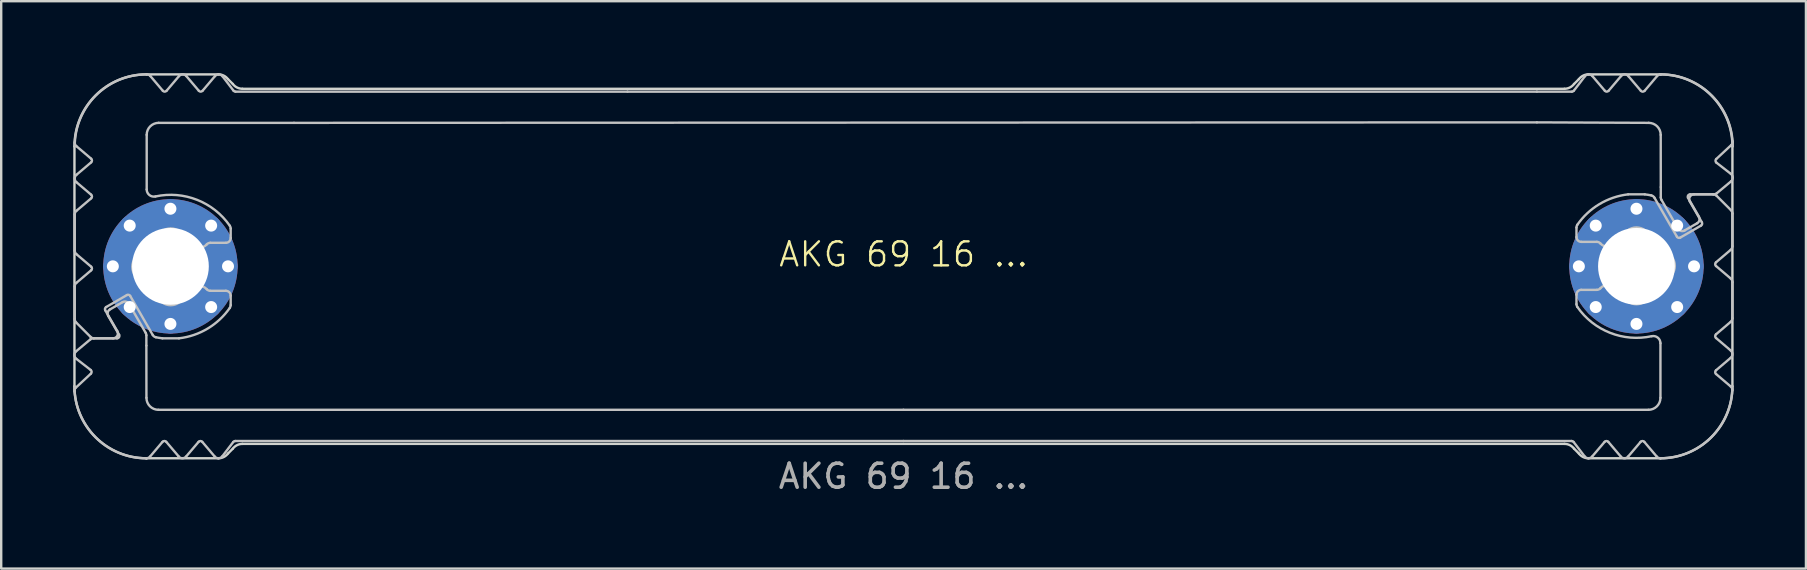
<source format=kicad_pcb>
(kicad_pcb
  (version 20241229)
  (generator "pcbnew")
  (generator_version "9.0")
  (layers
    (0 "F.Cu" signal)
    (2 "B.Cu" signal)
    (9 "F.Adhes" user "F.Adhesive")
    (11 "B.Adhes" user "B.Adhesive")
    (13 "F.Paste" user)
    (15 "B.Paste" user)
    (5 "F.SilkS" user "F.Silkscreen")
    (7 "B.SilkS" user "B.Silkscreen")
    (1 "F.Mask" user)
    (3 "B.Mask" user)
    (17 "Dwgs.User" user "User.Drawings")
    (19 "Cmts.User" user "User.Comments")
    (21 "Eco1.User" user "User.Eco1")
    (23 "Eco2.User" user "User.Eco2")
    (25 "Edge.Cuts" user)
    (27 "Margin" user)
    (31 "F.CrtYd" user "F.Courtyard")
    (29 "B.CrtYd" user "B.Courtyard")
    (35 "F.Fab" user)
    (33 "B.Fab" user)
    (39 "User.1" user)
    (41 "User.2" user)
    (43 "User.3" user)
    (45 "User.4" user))
  (footprint "AKG 69 16 ..."
    (layer "F.Cu")
    (at 34.603 8.05)
    (property "Reference" "AKG 69 16 ..." (at 0 -0.5 0) (unlocked yes) (layer "F.SilkS") (effects (font (size 1 1) (thickness 0.1))))
    (attr exclude_from_pos_files dnp)
    (fp_rect (start -27.096 -7.3) (end 26.604 -6) (stroke (width 0.1) (type solid)) (fill yes) (layer "B.Mask"))
    (fp_rect (start -26.596 6) (end 25.604 7.3) (stroke (width 0.1) (type solid)) (fill yes) (layer "B.Mask"))
    (fp_poly (pts (xy -27.896 -7.3) (xy -26.996 -7.3) (xy -26.996 -6) (xy -31.496 -6) (xy -31.496 -8) (xy -30.796 -7.2) (xy -30.046 -8) (xy -29.296 -7.2) (xy -28.546 -8)) (stroke (width 0.1) (type solid)) (fill yes) (layer "B.Mask"))
    (fp_poly (pts (xy -27.896 7.3) (xy -26.496 7.3) (xy -26.496 6) (xy -31.496 6) (xy -31.496 8) (xy -30.796 7.2) (xy -30.046 8) (xy -29.296 7.2) (xy -28.546 8)) (stroke (width 0.1) (type solid)) (fill yes) (layer "B.Mask"))
    (fp_poly (pts (xy 27.904 -7.3) (xy 26.504 -7.3) (xy 26.504 -6) (xy 31.504 -6) (xy 31.504 -8) (xy 30.804 -7.2) (xy 30.054 -8) (xy 29.304 -7.2) (xy 28.554 -8)) (stroke (width 0.1) (type solid)) (fill yes) (layer "B.Mask"))
    (fp_poly (pts (xy 27.904 7.3) (xy 25.504 7.3) (xy 25.504 6) (xy 31.504 6) (xy 31.504 8) (xy 30.804 7.2) (xy 30.054 8) (xy 29.304 7.2) (xy 28.554 8)) (stroke (width 0.1) (type solid)) (fill yes) (layer "B.Mask"))
    (fp_poly (pts (xy -31.596 -6.7) (xy -31.596 -4.7) (xy -31.596 0.1) (xy -33.696 0.1) (xy -34.496 -0.6) (xy -34.496 -2.2) (xy -33.596 -2.9) (xy -34.496 -3.7) (xy -33.696 -4.4) (xy -34.496 -5.1) (xy -34.496 -8) (xy -31.596 -8)) (stroke (width 0.1) (type solid)) (fill yes) (layer "B.Mask"))
    (fp_poly (pts (xy -31.596 6.7) (xy -31.596 4.7) (xy -31.596 0.1) (xy -33.696 0.1) (xy -34.496 0.8) (xy -34.496 2.2) (xy -33.696 3) (xy -34.496 3.7) (xy -33.696 4.4) (xy -34.496 5.1) (xy -34.496 8) (xy -31.596 8)) (stroke (width 0.1) (type solid)) (fill yes) (layer "B.Mask"))
    (fp_poly (pts (xy 31.604 -6.7) (xy 31.604 -4.7) (xy 31.604 -0.1) (xy 33.704 -0.1) (xy 34.504 -0.8) (xy 34.504 -2.2) (xy 33.704 -3) (xy 34.504 -3.7) (xy 33.704 -4.4) (xy 34.504 -5.1) (xy 34.504 -8) (xy 31.604 -8)) (stroke (width 0.1) (type solid)) (fill yes) (layer "B.Mask"))
    (fp_poly (pts (xy 31.604 6.7) (xy 31.604 4.7) (xy 31.604 -0.1) (xy 33.704 -0.1) (xy 34.504 0.6) (xy 34.504 2.2) (xy 33.604 2.9) (xy 34.504 3.7) (xy 33.704 4.4) (xy 34.504 5.1) (xy 34.504 8) (xy 31.604 8)) (stroke (width 0.1) (type solid)) (fill yes) (layer "B.Mask"))
    (fp_line (start -34.539 -0.66) (end -34.539 -2.16) (stroke (width 0.1) (type solid)) (layer "Dwgs.User"))
    (fp_line (start -34.539 2.197) (end -34.539 0.84) (stroke (width 0.1) (type solid)) (layer "Dwgs.User"))
    (fp_line (start -34.489 5.053) (end -33.865 4.473) (stroke (width 0.1) (type solid)) (layer "Dwgs.User"))
    (fp_line (start -34.483 3.543) (end -33.889 3.046) (stroke (width 0.1) (type solid)) (layer "Dwgs.User"))
    (fp_line (start -34.469 -3.812) (end -33.855 -4.334) (stroke (width 0.1) (type solid)) (layer "Dwgs.User"))
    (fp_line (start -34.469 -2.312) (end -33.855 -2.834) (stroke (width 0.1) (type solid)) (layer "Dwgs.User"))
    (fp_line (start -34.469 0.688) (end -33.855 0.166) (stroke (width 0.1) (type solid)) (layer "Dwgs.User"))
    (fp_line (start -33.878 2.941) (end -34.481 2.339) (stroke (width 0.1) (type solid)) (layer "Dwgs.User"))
    (fp_line (start -33.872 4.321) (end -34.475 3.853) (stroke (width 0.1) (type solid)) (layer "Dwgs.User"))
    (fp_line (start -33.855 -4.486) (end -34.469 -5.008) (stroke (width 0.1) (type solid)) (layer "Dwgs.User"))
    (fp_line (start -33.855 -2.986) (end -34.469 -3.508) (stroke (width 0.1) (type solid)) (layer "Dwgs.User"))
    (fp_line (start -33.855 0.014) (end -34.469 -0.508) (stroke (width 0.1) (type solid)) (layer "Dwgs.User"))
    (fp_line (start -33.76 3) (end -32.777 3) (stroke (width 0.1) (type solid)) (layer "Dwgs.User"))
    (fp_line (start -33.266 1.834) (end -32.766 2.7) (stroke (width 0.1) (type solid)) (layer "Dwgs.User"))
    (fp_line (start -33.068 1.795) (end -32.733 1.602) (stroke (width 0.1) (type solid)) (layer "Dwgs.User"))
    (fp_line (start -32.939 3) (end -33.736 3) (stroke (width 0.1) (type solid)) (layer "Dwgs.User"))
    (fp_line (start -32.733 1.602) (end -32.549 1.495) (stroke (width 0.1) (type solid)) (layer "Dwgs.User"))
    (fp_line (start -32.69 2.85) (end -33.142 2.068) (stroke (width 0.1) (type solid)) (layer "Dwgs.User"))
    (fp_line (start -32.363 1.197) (end -33.229 1.697) (stroke (width 0.1) (type solid)) (layer "Dwgs.User"))
    (fp_line (start -32.275 1.568) (end -31.58 2.773) (stroke (width 0.1) (type solid)) (layer "Dwgs.User"))
    (fp_line (start -31.553 2.873) (end -31.553 3.3) (stroke (width 0.1) (type solid)) (layer "Dwgs.User"))
    (fp_line (start -31.553 3.305) (end -31.55 5.48) (stroke (width 0.1) (type solid)) (layer "Dwgs.User"))
    (fp_line (start -31.552 8) (end -31.552 8) (stroke (width 0.1) (type solid)) (layer "Dwgs.User"))
    (fp_line (start -31.551 8) (end -31.552 8) (stroke (width 0.1) (type solid)) (layer "Dwgs.User"))
    (fp_line (start -31.539 -5.48) (end -31.539 -3.205) (stroke (width 0.1) (type solid)) (layer "Dwgs.User"))
    (fp_line (start -31.386 -7.929) (end -30.865 -7.315) (stroke (width 0.1) (type solid)) (layer "Dwgs.User"))
    (fp_line (start -31.288 2.86) (end -32.227 1.234) (stroke (width 0.1) (type solid)) (layer "Dwgs.User"))
    (fp_line (start -31.05 5.98) (end 0 5.98) (stroke (width 0.1) (type solid)) (layer "Dwgs.User"))
    (fp_line (start -30.879 7.315) (end -31.399 7.929) (stroke (width 0.1) (type solid)) (layer "Dwgs.User"))
    (fp_line (start -30.713 -7.315) (end -30.192 -7.929) (stroke (width 0.1) (type solid)) (layer "Dwgs.User"))
    (fp_line (start -30.214 7.914) (end -30.724 7.315) (stroke (width 0.1) (type solid)) (layer "Dwgs.User"))
    (fp_line (start -30.193 3) (end -30.885 3) (stroke (width 0.1) (type solid)) (layer "Dwgs.User"))
    (fp_line (start -29.887 -7.929) (end -29.365 -7.315) (stroke (width 0.1) (type solid)) (layer "Dwgs.User"))
    (fp_line (start -29.376 7.315) (end -29.898 7.929) (stroke (width 0.1) (type solid)) (layer "Dwgs.User"))
    (fp_line (start -29.213 -7.315) (end -28.692 -7.929) (stroke (width 0.1) (type solid)) (layer "Dwgs.User"))
    (fp_line (start -28.888 1.02) (end -28.239 1.02) (stroke (width 0.1) (type solid)) (layer "Dwgs.User"))
    (fp_line (start -28.703 7.929) (end -29.224 7.315) (stroke (width 0.1) (type solid)) (layer "Dwgs.User"))
    (fp_line (start -28.38 -7.922) (end -27.919 -7.319) (stroke (width 0.1) (type solid)) (layer "Dwgs.User"))
    (fp_line (start -28.239 -0.98) (end -28.888 -0.98) (stroke (width 0.1) (type solid)) (layer "Dwgs.User"))
    (fp_line (start -28.039 -1.577) (end -28.039 -1.18) (stroke (width 0.1) (type solid)) (layer "Dwgs.User"))
    (fp_line (start -28.039 1.22) (end -28.039 1.617) (stroke (width 0.1) (type solid)) (layer "Dwgs.User"))
    (fp_line (start -27.929 7.319) (end -28.391 7.922) (stroke (width 0.1) (type solid)) (layer "Dwgs.User"))
    (fp_line (start -27.839 -7.28) (end -11.5 -7.28) (stroke (width 0.1) (type solid)) (layer "Dwgs.User"))
    (fp_line (start -25.4 -5.98) (end -31.039 -5.98) (stroke (width 0.1) (type solid)) (layer "Dwgs.User"))
    (fp_line (start -11.5 -7.28) (end 26.4 -7.28) (stroke (width 0.1) (type solid)) (layer "Dwgs.User"))
    (fp_line (start 0 5.98) (end 31.05 5.98) (stroke (width 0.1) (type solid)) (layer "Dwgs.User"))
    (fp_line (start 0 7.28) (end -27.85 7.28) (stroke (width 0.1) (type solid)) (layer "Dwgs.User"))
    (fp_line (start 0 7.28) (end 27.85 7.28) (stroke (width 0.1) (type solid)) (layer "Dwgs.User"))
    (fp_line (start 26.4 -7.28) (end 27.859 -7.28) (stroke (width 0.1) (type solid)) (layer "Dwgs.User"))
    (fp_line (start 26.4 -6) (end -25.4 -5.98) (stroke (width 0.1) (type solid)) (layer "Dwgs.User"))
    (fp_line (start 27.94 -7.319) (end 28.402 -7.922) (stroke (width 0.1) (type solid)) (layer "Dwgs.User"))
    (fp_line (start 28.05 -1.22) (end 28.05 -1.617) (stroke (width 0.1) (type solid)) (layer "Dwgs.User"))
    (fp_line (start 28.05 1.577) (end 28.05 1.18) (stroke (width 0.1) (type solid)) (layer "Dwgs.User"))
    (fp_line (start 28.25 0.98) (end 28.899 0.98) (stroke (width 0.1) (type solid)) (layer "Dwgs.User"))
    (fp_line (start 28.391 7.922) (end 27.929 7.319) (stroke (width 0.1) (type solid)) (layer "Dwgs.User"))
    (fp_line (start 28.713 -7.929) (end 29.235 -7.315) (stroke (width 0.1) (type solid)) (layer "Dwgs.User"))
    (fp_line (start 28.899 -1.02) (end 28.25 -1.02) (stroke (width 0.1) (type solid)) (layer "Dwgs.User"))
    (fp_line (start 29.224 7.315) (end 28.702 7.929) (stroke (width 0.1) (type solid)) (layer "Dwgs.User"))
    (fp_line (start 29.387 -7.315) (end 29.908 -7.929) (stroke (width 0.1) (type solid)) (layer "Dwgs.User"))
    (fp_line (start 29.897 7.929) (end 29.376 7.315) (stroke (width 0.1) (type solid)) (layer "Dwgs.User"))
    (fp_line (start 30.204 -3) (end 30.896 -3) (stroke (width 0.1) (type solid)) (layer "Dwgs.User"))
    (fp_line (start 30.225 -7.914) (end 30.735 -7.315) (stroke (width 0.1) (type solid)) (layer "Dwgs.User"))
    (fp_line (start 30.724 7.315) (end 30.202 7.929) (stroke (width 0.1) (type solid)) (layer "Dwgs.User"))
    (fp_line (start 30.89 -7.315) (end 31.41 -7.929) (stroke (width 0.1) (type solid)) (layer "Dwgs.User"))
    (fp_line (start 31.061 -5.98) (end 26.4 -6) (stroke (width 0.1) (type solid)) (layer "Dwgs.User"))
    (fp_line (start 31.299 -2.86) (end 32.238 -1.234) (stroke (width 0.1) (type solid)) (layer "Dwgs.User"))
    (fp_line (start 31.396 7.929) (end 30.876 7.315) (stroke (width 0.1) (type solid)) (layer "Dwgs.User"))
    (fp_line (start 31.55 5.48) (end 31.55 3.205) (stroke (width 0.1) (type solid)) (layer "Dwgs.User"))
    (fp_line (start 31.562 -8) (end 31.562 -8) (stroke (width 0.1) (type solid)) (layer "Dwgs.User"))
    (fp_line (start 31.562 -8) (end 31.563 -8) (stroke (width 0.1) (type solid)) (layer "Dwgs.User"))
    (fp_line (start 31.564 -3.305) (end 31.561 -5.476) (stroke (width 0.1) (type solid)) (layer "Dwgs.User"))
    (fp_line (start 31.564 -2.873) (end 31.564 -3.3) (stroke (width 0.1) (type solid)) (layer "Dwgs.User"))
    (fp_line (start 32.286 -1.568) (end 31.591 -2.773) (stroke (width 0.1) (type solid)) (layer "Dwgs.User"))
    (fp_line (start 32.374 -1.197) (end 33.24 -1.697) (stroke (width 0.1) (type solid)) (layer "Dwgs.User"))
    (fp_line (start 32.701 -2.85) (end 33.152 -2.068) (stroke (width 0.1) (type solid)) (layer "Dwgs.User"))
    (fp_line (start 32.744 -1.602) (end 32.559 -1.495) (stroke (width 0.1) (type solid)) (layer "Dwgs.User"))
    (fp_line (start 32.95 -3) (end 33.747 -3) (stroke (width 0.1) (type solid)) (layer "Dwgs.User"))
    (fp_line (start 33.079 -1.795) (end 32.744 -1.602) (stroke (width 0.1) (type solid)) (layer "Dwgs.User"))
    (fp_line (start 33.277 -1.834) (end 32.777 -2.7) (stroke (width 0.1) (type solid)) (layer "Dwgs.User"))
    (fp_line (start 33.771 -3) (end 32.788 -3) (stroke (width 0.1) (type solid)) (layer "Dwgs.User"))
    (fp_line (start 33.865 -0.014) (end 34.479 0.508) (stroke (width 0.1) (type solid)) (layer "Dwgs.User"))
    (fp_line (start 33.865 2.986) (end 34.479 3.508) (stroke (width 0.1) (type solid)) (layer "Dwgs.User"))
    (fp_line (start 33.865 4.486) (end 34.479 5.008) (stroke (width 0.1) (type solid)) (layer "Dwgs.User"))
    (fp_line (start 33.883 -4.321) (end 34.486 -3.853) (stroke (width 0.1) (type solid)) (layer "Dwgs.User"))
    (fp_line (start 33.889 -2.941) (end 34.491 -2.339) (stroke (width 0.1) (type solid)) (layer "Dwgs.User"))
    (fp_line (start 34.479 -0.688) (end 33.865 -0.166) (stroke (width 0.1) (type solid)) (layer "Dwgs.User"))
    (fp_line (start 34.479 2.312) (end 33.865 2.834) (stroke (width 0.1) (type solid)) (layer "Dwgs.User"))
    (fp_line (start 34.479 3.812) (end 33.865 4.334) (stroke (width 0.1) (type solid)) (layer "Dwgs.User"))
    (fp_line (start 34.493 -3.543) (end 33.899 -3.047) (stroke (width 0.1) (type solid)) (layer "Dwgs.User"))
    (fp_line (start 34.5 -5.053) (end 33.876 -4.473) (stroke (width 0.1) (type solid)) (layer "Dwgs.User"))
    (fp_line (start 34.55 -2.197) (end 34.55 -0.84) (stroke (width 0.1) (type solid)) (layer "Dwgs.User"))
    (fp_line (start 34.55 0.66) (end 34.55 2.16) (stroke (width 0.1) (type solid)) (layer "Dwgs.User"))
    (fp_arc (start -34.552431 5.214496) (mid -34.53921 5.126511) (end -34.489103 5.05299) (stroke (width 0.1) (type solid)) (layer "Dwgs.User"))
    (fp_arc (start -34.53919 -2.16003) (mid -34.520691 -2.24403) (end -34.468628 -2.312496) (stroke (width 0.1) (type solid)) (layer "Dwgs.User"))
    (fp_arc (start -34.53919 0.83997) (mid -34.520691 0.75597) (end -34.468628 0.687504) (stroke (width 0.1) (type solid)) (layer "Dwgs.User"))
    (fp_arc (start -34.538629 -5.00003) (mid -33.659776 -7.121528) (end -31.538132 -8.00003) (stroke (width 0.1) (type solid)) (layer "Dwgs.User"))
    (fp_arc (start -34.480611 2.338548) (mid -34.523952 2.273658) (end -34.53919 2.197127) (stroke (width 0.1) (type solid)) (layer "Dwgs.User"))
    (fp_arc (start -34.475499 3.853059) (mid -34.552937 3.699538) (end -34.482592 3.542641) (stroke (width 0.1) (type solid)) (layer "Dwgs.User"))
    (fp_arc (start -34.468628 -5.007564) (mid -34.523021 -5.081251) (end -34.538863 -5.171459) (stroke (width 0.1) (type solid)) (layer "Dwgs.User"))
    (fp_arc (start -34.468628 -3.507564) (mid -34.539188 -3.66003) (end -34.468628 -3.812496) (stroke (width 0.1) (type solid)) (layer "Dwgs.User"))
    (fp_arc (start -34.468628 -0.507564) (mid -34.520694 -0.576029) (end -34.53919 -0.66003) (stroke (width 0.1) (type solid)) (layer "Dwgs.User"))
    (fp_arc (start -33.888668 3.046481) (mid -33.828648 3.011946) (end -33.760445 2.99997) (stroke (width 0.1) (type solid)) (layer "Dwgs.User"))
    (fp_arc (start -33.871739 4.320925) (mid -33.833088 4.395508) (end -33.864937 4.473239) (stroke (width 0.1) (type solid)) (layer "Dwgs.User"))
    (fp_arc (start -33.854583 -4.486263) (mid -33.819295 -4.41003) (end -33.854583 -4.333797) (stroke (width 0.1) (type solid)) (layer "Dwgs.User"))
    (fp_arc (start -33.854583 -2.986263) (mid -33.819295 -2.91003) (end -33.854583 -2.833797) (stroke (width 0.1) (type solid)) (layer "Dwgs.User"))
    (fp_arc (start -33.854583 0.013737) (mid -33.819295 0.08997) (end -33.854583 0.166203) (stroke (width 0.1) (type solid)) (layer "Dwgs.User"))
    (fp_arc (start -33.736347 2.99997) (mid -33.812877 2.984729) (end -33.877769 2.941391) (stroke (width 0.1) (type solid)) (layer "Dwgs.User"))
    (fp_arc (start -33.265985 1.833944) (mid -33.275952 1.758068) (end -33.229382 1.697342) (stroke (width 0.1) (type solid)) (layer "Dwgs.User"))
    (fp_arc (start -33.141514 2.068343) (mid -33.161468 1.916586) (end -33.068309 1.795138) (stroke (width 0.1) (type solid)) (layer "Dwgs.User"))
    (fp_arc (start -32.765985 2.69997) (mid -32.765978 2.899974) (end -32.93919 2.99997) (stroke (width 0.1) (type solid)) (layer "Dwgs.User"))
    (fp_arc (start -32.690241 2.84997) (mid -32.690233 2.949974) (end -32.776844 2.99997) (stroke (width 0.1) (type solid)) (layer "Dwgs.User"))
    (fp_arc (start -32.548694 1.495138) (mid -32.396932 1.475166) (end -32.275489 1.568343) (stroke (width 0.1) (type solid)) (layer "Dwgs.User"))
    (fp_arc (start -32.363357 1.197342) (mid -32.287484 1.187387) (end -32.226754 1.233944) (stroke (width 0.1) (type solid)) (layer "Dwgs.User"))
    (fp_arc (start -31.70419 -0.556897) (mid -31.458426 -0.899266) (end -31.116057 -1.14503) (stroke (width 0.1) (type solid)) (layer "Dwgs.User"))
    (fp_arc (start -31.70419 0.596836) (mid -32.13919 0.019969) (end -31.70419 -0.556897) (stroke (width 0.1) (type solid)) (layer "Dwgs.User"))
    (fp_arc (start -31.579787 2.773333) (mid -31.559797 2.821567) (end -31.552992 2.873333) (stroke (width 0.1) (type solid)) (layer "Dwgs.User"))
    (fp_arc (start -31.551935 7.99997) (mid -33.673559 7.121448) (end -34.552431 4.99997) (stroke (width 0.1) (type solid)) (layer "Dwgs.User"))
    (fp_arc (start -31.53919 -5.48003) (mid -31.392738 -5.833578) (end -31.03919 -5.98003) (stroke (width 0.1) (type solid)) (layer "Dwgs.User"))
    (fp_arc (start -31.538132 -8.00003) (mid -31.454059 -7.98147) (end -31.385563 -7.929306) (stroke (width 0.1) (type solid)) (layer "Dwgs.User"))
    (fp_arc (start -31.399192 7.929246) (mid -31.467408 7.9813) (end -31.551161 7.999969) (stroke (width 0.1) (type solid)) (layer "Dwgs.User"))
    (fp_arc (start -31.175554 -2.911761) (mid -31.427487 -2.97138) (end -31.53919 -3.204934) (stroke (width 0.1) (type solid)) (layer "Dwgs.User"))
    (fp_arc (start -31.175554 -2.911761) (mid -29.440142 -2.771458) (end -28.074904 -1.690965) (stroke (width 0.1) (type solid)) (layer "Dwgs.User"))
    (fp_arc (start -31.155732 2.955932) (mid -31.231984 2.922143) (end -31.287834 2.860201) (stroke (width 0.1) (type solid)) (layer "Dwgs.User"))
    (fp_arc (start -31.116057 -1.14503) (mid -30.53919 -1.58003) (end -29.962323 -1.14503) (stroke (width 0.1) (type solid)) (layer "Dwgs.User"))
    (fp_arc (start -31.116057 1.18497) (mid -31.45843 0.939209) (end -31.70419 0.596836) (stroke (width 0.1) (type solid)) (layer "Dwgs.User"))
    (fp_arc (start -31.050049 5.97997) (mid -31.403577 5.833498) (end -31.550049 5.47997) (stroke (width 0.1) (type solid)) (layer "Dwgs.User"))
    (fp_arc (start -30.885022 2.99997) (mid -31.020881 2.981048) (end -31.155732 2.955932) (stroke (width 0.1) (type solid)) (layer "Dwgs.User"))
    (fp_arc (start -30.879121 7.315332) (mid -30.801541 7.278264) (end -30.723885 7.315171) (stroke (width 0.1) (type solid)) (layer "Dwgs.User"))
    (fp_arc (start -30.712951 -7.315318) (mid -30.789181 -7.280019) (end -30.865417 -7.315305) (stroke (width 0.1) (type solid)) (layer "Dwgs.User"))
    (fp_arc (start -30.191667 -7.929455) (mid -30.03919 -8.000029) (end -29.886712 -7.929455) (stroke (width 0.1) (type solid)) (layer "Dwgs.User"))
    (fp_arc (start -29.962323 -1.14503) (mid -29.780199 -1.035459) (end -29.618362 -0.897677) (stroke (width 0.1) (type solid)) (layer "Dwgs.User"))
    (fp_arc (start -29.962323 1.18497) (mid -30.53919 1.61997) (end -31.116057 1.18497) (stroke (width 0.1) (type solid)) (layer "Dwgs.User"))
    (fp_arc (start -29.897571 7.929394) (mid -30.059557 7.999707) (end -30.214131 7.914325) (stroke (width 0.1) (type solid)) (layer "Dwgs.User"))
    (fp_arc (start -29.618362 0.937617) (mid -29.780203 1.075392) (end -29.962323 1.18497) (stroke (width 0.1) (type solid)) (layer "Dwgs.User"))
    (fp_arc (start -29.618362 0.937617) (mid -29.324243 0.820096) (end -29.036888 0.953303) (stroke (width 0.1) (type solid)) (layer "Dwgs.User"))
    (fp_arc (start -29.376288 7.315258) (mid -29.300049 7.27997) (end -29.22381 7.315258) (stroke (width 0.1) (type solid)) (layer "Dwgs.User"))
    (fp_arc (start -29.212951 -7.315318) (mid -29.28919 -7.28003) (end -29.365429 -7.315318) (stroke (width 0.1) (type solid)) (layer "Dwgs.User"))
    (fp_arc (start -29.036888 -0.913364) (mid -29.324244 -0.780195) (end -29.618362 -0.897677) (stroke (width 0.1) (type solid)) (layer "Dwgs.User"))
    (fp_arc (start -29.036888 -0.913364) (mid -28.969468 -0.962607) (end -28.887817 -0.98003) (stroke (width 0.1) (type solid)) (layer "Dwgs.User"))
    (fp_arc (start -28.887817 1.01997) (mid -28.969464 1.002537) (end -29.036888 0.953303) (stroke (width 0.1) (type solid)) (layer "Dwgs.User"))
    (fp_arc (start -28.691667 -7.929455) (mid -28.534216 -7.999958) (end -28.380466 -7.921713) (stroke (width 0.1) (type solid)) (layer "Dwgs.User"))
    (fp_arc (start -28.391325 7.921653) (mid -28.545076 7.999873) (end -28.702527 7.929394) (stroke (width 0.1) (type solid)) (layer "Dwgs.User"))
    (fp_arc (start -28.23919 1.01997) (mid -28.097772 1.078552) (end -28.03919 1.21997) (stroke (width 0.1) (type solid)) (layer "Dwgs.User"))
    (fp_arc (start -28.074904 -1.690965) (mid -28.048333 -1.636662) (end -28.03919 -1.576902) (stroke (width 0.1) (type solid)) (layer "Dwgs.User"))
    (fp_arc (start -28.074904 1.730904) (mid -28.997492 2.593529) (end -30.193358 2.99997) (stroke (width 0.1) (type solid)) (layer "Dwgs.User"))
    (fp_arc (start -28.03919 -1.18003) (mid -28.097762 -1.038602) (end -28.23919 -0.98003) (stroke (width 0.1) (type solid)) (layer "Dwgs.User"))
    (fp_arc (start -28.03919 1.616842) (mid -28.048317 1.676607) (end -28.074904 1.730904) (stroke (width 0.1) (type solid)) (layer "Dwgs.User"))
    (fp_arc (start -27.929411 7.319129) (mid -27.894304 7.290279) (end -27.850049 7.27997) (stroke (width 0.1) (type solid)) (layer "Dwgs.User"))
    (fp_arc (start -27.83919 -7.28003) (mid -27.88344 -7.29035) (end -27.918552 -7.319189) (stroke (width 0.1) (type solid)) (layer "Dwgs.User"))
    (fp_arc (start 27.849951 7.27997) (mid 27.894205 7.290294) (end 27.929313 7.319129) (stroke (width 0.1) (type solid)) (layer "Dwgs.User"))
    (fp_arc (start 27.940172 -7.319189) (mid 27.905062 -7.290341) (end 27.86081 -7.28003) (stroke (width 0.1) (type solid)) (layer "Dwgs.User"))
    (fp_arc (start 28.049951 -1.616902) (mid 28.059091 -1.676662) (end 28.085665 -1.730964) (stroke (width 0.1) (type solid)) (layer "Dwgs.User"))
    (fp_arc (start 28.049951 1.17997) (mid 28.108508 1.038521) (end 28.249951 0.97997) (stroke (width 0.1) (type solid)) (layer "Dwgs.User"))
    (fp_arc (start 28.085665 -1.730964) (mid 29.00825 -2.593594) (end 30.204119 -3.00003) (stroke (width 0.1) (type solid)) (layer "Dwgs.User"))
    (fp_arc (start 28.085665 1.690905) (mid 28.059083 1.636604) (end 28.049951 1.576842) (stroke (width 0.1) (type solid)) (layer "Dwgs.User"))
    (fp_arc (start 28.249951 -1.02003) (mid 28.108537 -1.078622) (end 28.049951 -1.22003) (stroke (width 0.1) (type solid)) (layer "Dwgs.User"))
    (fp_arc (start 28.402086 -7.921713) (mid 28.555833 -7.999949) (end 28.713288 -7.929455) (stroke (width 0.1) (type solid)) (layer "Dwgs.User"))
    (fp_arc (start 28.702429 7.929394) (mid 28.544997 7.999846) (end 28.391227 7.921653) (stroke (width 0.1) (type solid)) (layer "Dwgs.User"))
    (fp_arc (start 28.898578 -1.02003) (mid 28.980228 -1.002607) (end 29.047649 -0.953363) (stroke (width 0.1) (type solid)) (layer "Dwgs.User"))
    (fp_arc (start 29.047649 0.913304) (mid 28.980221 0.96252) (end 28.898578 0.97997) (stroke (width 0.1) (type solid)) (layer "Dwgs.User"))
    (fp_arc (start 29.047649 0.913304) (mid 29.335007 0.78012) (end 29.629123 0.897617) (stroke (width 0.1) (type solid)) (layer "Dwgs.User"))
    (fp_arc (start 29.223712 7.315258) (mid 29.299951 7.27997) (end 29.37619 7.315258) (stroke (width 0.1) (type solid)) (layer "Dwgs.User"))
    (fp_arc (start 29.387049 -7.315318) (mid 29.31081 -7.28003) (end 29.234571 -7.315318) (stroke (width 0.1) (type solid)) (layer "Dwgs.User"))
    (fp_arc (start 29.629123 -0.937677) (mid 29.335008 -0.820173) (end 29.047649 -0.953363) (stroke (width 0.1) (type solid)) (layer "Dwgs.User"))
    (fp_arc (start 29.629123 -0.937677) (mid 29.790962 -1.075457) (end 29.973084 -1.18503) (stroke (width 0.1) (type solid)) (layer "Dwgs.User"))
    (fp_arc (start 29.908333 -7.929455) (mid 30.070316 -7.999785) (end 30.224892 -7.914385) (stroke (width 0.1) (type solid)) (layer "Dwgs.User"))
    (fp_arc (start 29.973084 -1.18503) (mid 30.549951 -1.62003) (end 31.126818 -1.18503) (stroke (width 0.1) (type solid)) (layer "Dwgs.User"))
    (fp_arc (start 29.973084 1.14497) (mid 29.790965 1.035392) (end 29.629123 0.897617) (stroke (width 0.1) (type solid)) (layer "Dwgs.User"))
    (fp_arc (start 30.202429 7.929394) (mid 30.049951 7.99997) (end 29.897473 7.929394) (stroke (width 0.1) (type solid)) (layer "Dwgs.User"))
    (fp_arc (start 30.723712 7.315258) (mid 30.799959 7.279908) (end 30.876178 7.315245) (stroke (width 0.1) (type solid)) (layer "Dwgs.User"))
    (fp_arc (start 30.889882 -7.315392) (mid 30.812303 -7.278341) (end 30.734646 -7.315231) (stroke (width 0.1) (type solid)) (layer "Dwgs.User"))
    (fp_arc (start 30.895783 -3.00003) (mid 31.031642 -2.981106) (end 31.166493 -2.955992) (stroke (width 0.1) (type solid)) (layer "Dwgs.User"))
    (fp_arc (start 31.06081 -5.98003) (mid 31.414368 -5.833582) (end 31.56081 -5.48003) (stroke (width 0.1) (type solid)) (layer "Dwgs.User"))
    (fp_arc (start 31.126818 -1.18503) (mid 31.469179 -0.939258) (end 31.714951 -0.596896) (stroke (width 0.1) (type solid)) (layer "Dwgs.User"))
    (fp_arc (start 31.126818 1.14497) (mid 30.549951 1.57997) (end 29.973084 1.14497) (stroke (width 0.1) (type solid)) (layer "Dwgs.User"))
    (fp_arc (start 31.166493 -2.955992) (mid 31.24276 -2.922223) (end 31.298595 -2.860261) (stroke (width 0.1) (type solid)) (layer "Dwgs.User"))
    (fp_arc (start 31.186315 2.9117) (mid 29.450893 2.771423) (end 28.085665 1.690905) (stroke (width 0.1) (type solid)) (layer "Dwgs.User"))
    (fp_arc (start 31.186315 2.9117) (mid 31.438259 2.971301) (end 31.549951 3.204873) (stroke (width 0.1) (type solid)) (layer "Dwgs.User"))
    (fp_arc (start 31.409953 -7.929306) (mid 31.478162 -7.98138) (end 31.561922 -8.000029) (stroke (width 0.1) (type solid)) (layer "Dwgs.User"))
    (fp_arc (start 31.548893 7.99997) (mid 31.464817 7.981423) (end 31.396324 7.929246) (stroke (width 0.1) (type solid)) (layer "Dwgs.User"))
    (fp_arc (start 31.549951 5.47997) (mid 31.403499 5.833518) (end 31.049951 5.97997) (stroke (width 0.1) (type solid)) (layer "Dwgs.User"))
    (fp_arc (start 31.562696 -8.00003) (mid 33.684342 -7.121531) (end 34.563192 -5.00003) (stroke (width 0.1) (type solid)) (layer "Dwgs.User"))
    (fp_arc (start 31.590548 -2.773393) (mid 31.570561 -2.821628) (end 31.563753 -2.873393) (stroke (width 0.1) (type solid)) (layer "Dwgs.User"))
    (fp_arc (start 31.714951 -0.596896) (mid 32.149993 -0.02003) (end 31.714951 0.556837) (stroke (width 0.1) (type solid)) (layer "Dwgs.User"))
    (fp_arc (start 31.714951 0.556837) (mid 31.469184 0.899202) (end 31.126818 1.14497) (stroke (width 0.1) (type solid)) (layer "Dwgs.User"))
    (fp_arc (start 32.374118 -1.197402) (mid 32.298228 -1.1874) (end 32.237515 -1.234004) (stroke (width 0.1) (type solid)) (layer "Dwgs.User"))
    (fp_arc (start 32.559455 -1.495198) (mid 32.407708 -1.475259) (end 32.28625 -1.568403) (stroke (width 0.1) (type solid)) (layer "Dwgs.User"))
    (fp_arc (start 32.701002 -2.85003) (mid 32.701021 -2.950003) (end 32.787605 -3.00003) (stroke (width 0.1) (type solid)) (layer "Dwgs.User"))
    (fp_arc (start 32.776746 -2.70003) (mid 32.776772 -2.900014) (end 32.949951 -3.00003) (stroke (width 0.1) (type solid)) (layer "Dwgs.User"))
    (fp_arc (start 33.152275 -2.068403) (mid 33.172249 -1.916635) (end 33.07907 -1.795198) (stroke (width 0.1) (type solid)) (layer "Dwgs.User"))
    (fp_arc (start 33.276746 -1.834004) (mid 33.286734 -1.758118) (end 33.240143 -1.697402) (stroke (width 0.1) (type solid)) (layer "Dwgs.User"))
    (fp_arc (start 33.747108 -3.00003) (mid 33.823645 -2.984805) (end 33.88853 -2.941451) (stroke (width 0.1) (type solid)) (layer "Dwgs.User"))
    (fp_arc (start 33.865344 -0.013797) (mid 33.830099 -0.090019) (end 33.865344 -0.166263) (stroke (width 0.1) (type solid)) (layer "Dwgs.User"))
    (fp_arc (start 33.865344 2.986203) (mid 33.830099 2.909981) (end 33.865344 2.833737) (stroke (width 0.1) (type solid)) (layer "Dwgs.User"))
    (fp_arc (start 33.865344 4.486203) (mid 33.830099 4.409981) (end 33.865344 4.333737) (stroke (width 0.1) (type solid)) (layer "Dwgs.User"))
    (fp_arc (start 33.8825 -4.320985) (mid 33.843893 -4.395559) (end 33.875698 -4.473299) (stroke (width 0.1) (type solid)) (layer "Dwgs.User"))
    (fp_arc (start 33.899429 -3.046541) (mid 33.839406 -3.01201) (end 33.771206 -3.00003) (stroke (width 0.1) (type solid)) (layer "Dwgs.User"))
    (fp_arc (start 34.479389 0.507504) (mid 34.531453 0.57597) (end 34.549951 0.65997) (stroke (width 0.1) (type solid)) (layer "Dwgs.User"))
    (fp_arc (start 34.479389 3.507504) (mid 34.549991 3.659981) (end 34.479389 3.812436) (stroke (width 0.1) (type solid)) (layer "Dwgs.User"))
    (fp_arc (start 34.479389 5.007504) (mid 34.533796 5.081185) (end 34.549624 5.171399) (stroke (width 0.1) (type solid)) (layer "Dwgs.User"))
    (fp_arc (start 34.48626 -3.853119) (mid 34.563743 -3.699588) (end 34.493353 -3.542701) (stroke (width 0.1) (type solid)) (layer "Dwgs.User"))
    (fp_arc (start 34.491372 -2.338608) (mid 34.534711 -2.27372) (end 34.549951 -2.197187) (stroke (width 0.1) (type solid)) (layer "Dwgs.User"))
    (fp_arc (start 34.54939 4.99997) (mid 33.670538 7.121469) (end 31.548893 7.99997) (stroke (width 0.1) (type solid)) (layer "Dwgs.User"))
    (fp_arc (start 34.549951 -0.84003) (mid 34.531469 -0.756017) (end 34.479389 -0.687564) (stroke (width 0.1) (type solid)) (layer "Dwgs.User"))
    (fp_arc (start 34.549951 2.15997) (mid 34.531469 2.243983) (end 34.479389 2.312436) (stroke (width 0.1) (type solid)) (layer "Dwgs.User"))
    (fp_arc (start 34.563192 -5.214556) (mid 34.549916 -5.126598) (end 34.499864 -5.05305) (stroke (width 0.1) (type solid)) (layer "Dwgs.User"))
    (fp_line (start -34.55 -5) (end -34.55 5) (stroke (width 0.1) (type solid)) (layer "Edge.Cuts"))
    (fp_line (start -31.55 -8) (end -28.55 -8) (stroke (width 0.1) (type solid)) (layer "Edge.Cuts"))
    (fp_line (start -31.55 8) (end -28.55 8) (stroke (width 0.1) (type solid)) (layer "Edge.Cuts"))
    (fp_line (start -27.95 -7.6) (end -28.15 -7.8) (stroke (width 0.1) (type solid)) (layer "Edge.Cuts"))
    (fp_line (start -27.95 7.6) (end -28.15 7.8) (stroke (width 0.1) (type solid)) (layer "Edge.Cuts"))
    (fp_line (start -27.55 -7.4) (end 27.55 -7.4) (stroke (width 0.1) (type solid)) (layer "Edge.Cuts"))
    (fp_line (start -27.55 7.4) (end 27.55 7.4) (stroke (width 0.1) (type solid)) (layer "Edge.Cuts"))
    (fp_line (start 27.95 -7.6) (end 28.15 -7.8) (stroke (width 0.1) (type solid)) (layer "Edge.Cuts"))
    (fp_line (start 27.95 7.6) (end 28.15 7.8) (stroke (width 0.1) (type solid)) (layer "Edge.Cuts"))
    (fp_line (start 31.55 -8) (end 28.55 -8) (stroke (width 0.1) (type solid)) (layer "Edge.Cuts"))
    (fp_line (start 31.55 8) (end 28.55 8) (stroke (width 0.1) (type solid)) (layer "Edge.Cuts"))
    (fp_line (start 34.55 -5) (end 34.55 5) (stroke (width 0.1) (type solid)) (layer "Edge.Cuts"))
    (fp_arc (start -34.55 -5) (mid -33.67132 -7.12132) (end -31.55 -8) (stroke (width 0.1) (type solid)) (layer "Edge.Cuts"))
    (fp_arc (start -31.55 8) (mid -33.67132 7.12132) (end -34.55 5) (stroke (width 0.1) (type solid)) (layer "Edge.Cuts"))
    (fp_arc (start -28.55 -8) (mid -28.326393 -7.947214) (end -28.15 -7.8) (stroke (width 0.1) (type solid)) (layer "Edge.Cuts"))
    (fp_arc (start -28.15 7.8) (mid -28.326393 7.947214) (end -28.55 8) (stroke (width 0.1) (type solid)) (layer "Edge.Cuts"))
    (fp_arc (start -27.95 7.6) (mid -27.773607 7.452786) (end -27.55 7.4) (stroke (width 0.1) (type solid)) (layer "Edge.Cuts"))
    (fp_arc (start -27.55 -7.4) (mid -27.773607 -7.452786) (end -27.95 -7.6) (stroke (width 0.1) (type solid)) (layer "Edge.Cuts"))
    (fp_arc (start 27.55 7.4) (mid 27.773607 7.452786) (end 27.95 7.6) (stroke (width 0.1) (type solid)) (layer "Edge.Cuts"))
    (fp_arc (start 27.95 -7.6) (mid 27.773607 -7.452786) (end 27.55 -7.4) (stroke (width 0.1) (type solid)) (layer "Edge.Cuts"))
    (fp_arc (start 28.15 -7.8) (mid 28.326393 -7.947214) (end 28.55 -8) (stroke (width 0.1) (type solid)) (layer "Edge.Cuts"))
    (fp_arc (start 28.55 8) (mid 28.326393 7.947214) (end 28.15 7.8) (stroke (width 0.1) (type solid)) (layer "Edge.Cuts"))
    (fp_arc (start 31.55 -8) (mid 33.67132 -7.12132) (end 34.55 -5) (stroke (width 0.1) (type solid)) (layer "Edge.Cuts"))
    (fp_arc (start 34.55 5) (mid 33.67132 7.12132) (end 31.55 8) (stroke (width 0.1) (type solid)) (layer "Edge.Cuts"))
    (fp_text user "${REFERENCE}" (at 0 8.75 0) (layer "F.Fab") (effects (font (size 1 1) (thickness 0.15))))
    (pad "1" thru_hole circle (at -32.95 0) (size 0.8 0.8) (drill 0.5) (layers "*.Cu" "*.Mask"))
    (pad "1" thru_hole circle (at -32.247 -1.697) (size 0.8 0.8) (drill 0.5) (layers "*.Cu" "*.Mask"))
    (pad "1" thru_hole circle (at -32.247 1.697) (size 0.8 0.8) (drill 0.5) (layers "*.Cu" "*.Mask"))
    (pad "1" thru_hole circle (at -30.55 -2.4) (size 0.8 0.8) (drill 0.5) (layers "*.Cu" "*.Mask"))
    (pad "1" thru_hole circle (at -30.55 0) (size 5.6 5.6) (drill 3.2) (layers "*.Cu" "*.Mask"))
    (pad "1" thru_hole circle (at -30.55 2.4) (size 0.8 0.8) (drill 0.5) (layers "*.Cu" "*.Mask"))
    (pad "1" thru_hole circle (at -28.853 -1.697) (size 0.8 0.8) (drill 0.5) (layers "*.Cu" "*.Mask"))
    (pad "1" thru_hole circle (at -28.853 1.697) (size 0.8 0.8) (drill 0.5) (layers "*.Cu" "*.Mask"))
    (pad "1" thru_hole circle (at -28.15 0) (size 0.8 0.8) (drill 0.5) (layers "*.Cu" "*.Mask"))
    (pad "1" thru_hole circle (at 28.15 0) (size 0.8 0.8) (drill 0.5) (layers "*.Cu" "*.Mask"))
    (pad "1" thru_hole circle (at 28.853 -1.697) (size 0.8 0.8) (drill 0.5) (layers "*.Cu" "*.Mask"))
    (pad "1" thru_hole circle (at 28.853 1.697) (size 0.8 0.8) (drill 0.5) (layers "*.Cu" "*.Mask"))
    (pad "1" thru_hole circle (at 30.55 -2.4) (size 0.8 0.8) (drill 0.5) (layers "*.Cu" "*.Mask"))
    (pad "1" thru_hole circle (at 30.55 0) (size 5.6 5.6) (drill 3.2) (layers "*.Cu" "*.Mask"))
    (pad "1" thru_hole circle (at 30.55 2.4) (size 0.8 0.8) (drill 0.5) (layers "*.Cu" "*.Mask"))
    (pad "1" thru_hole circle (at 32.247 -1.697) (size 0.8 0.8) (drill 0.5) (layers "*.Cu" "*.Mask"))
    (pad "1" thru_hole circle (at 32.247 1.697) (size 0.8 0.8) (drill 0.5) (layers "*.Cu" "*.Mask"))
    (pad "1" thru_hole circle (at 32.95 0) (size 0.8 0.8) (drill 0.5) (layers "*.Cu" "*.Mask")))
  (gr_rect
    (start -3 -3)
    (end 72.217 20.648)
    (stroke (width 0.1) (type default))
    (fill no)
    (layer "Edge.Cuts")))
</source>
